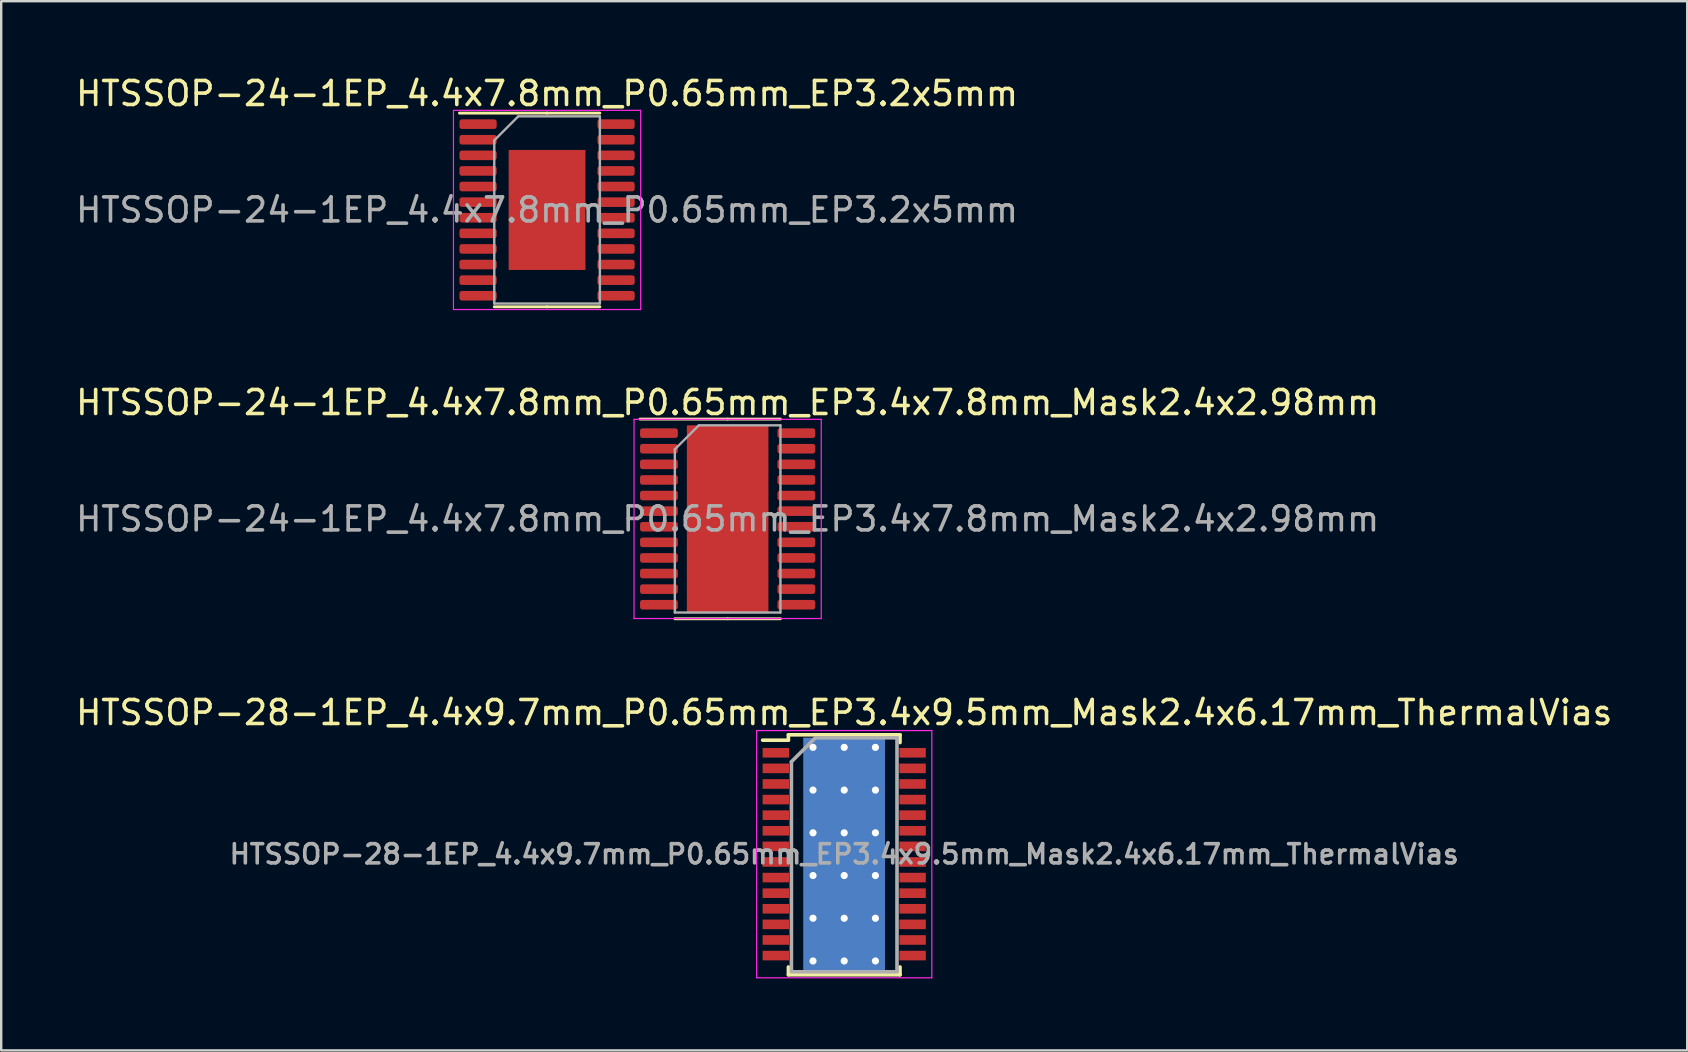
<source format=kicad_pcb>
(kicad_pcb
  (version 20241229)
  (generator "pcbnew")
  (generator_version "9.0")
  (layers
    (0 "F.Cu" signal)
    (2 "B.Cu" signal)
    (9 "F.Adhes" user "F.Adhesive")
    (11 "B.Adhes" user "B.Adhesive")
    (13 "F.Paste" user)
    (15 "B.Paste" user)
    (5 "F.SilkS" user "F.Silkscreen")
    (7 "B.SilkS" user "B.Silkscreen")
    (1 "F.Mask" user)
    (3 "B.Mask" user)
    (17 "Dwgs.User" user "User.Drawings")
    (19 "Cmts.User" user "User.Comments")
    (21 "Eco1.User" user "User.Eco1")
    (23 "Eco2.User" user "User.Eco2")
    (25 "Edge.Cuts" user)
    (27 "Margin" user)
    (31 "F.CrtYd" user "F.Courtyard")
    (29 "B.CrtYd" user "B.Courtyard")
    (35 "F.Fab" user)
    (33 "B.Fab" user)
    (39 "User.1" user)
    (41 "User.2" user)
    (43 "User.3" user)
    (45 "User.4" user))
  (footprint "HTSSOP-24-1EP_4.4x7.8mm_P0.65mm_EP3.4x7.8mm_Mask2.4x2.98mm"
    (layer "F.Cu")
    (at 27.268 18.572)
    (property "Reference" "HTSSOP-24-1EP_4.4x7.8mm_P0.65mm_EP3.4x7.8mm_Mask2.4x2.98mm" (at 0 -4.85 0) (layer "F.SilkS") (effects (font (size 1 1) (thickness 0.15))))
    (attr smd)
    (fp_line (start 0 -4.16) (end -3.65 -4.16) (stroke (width 0.12) (type solid)) (layer "F.SilkS"))
    (fp_line (start 0 -4.16) (end 2.2 -4.16) (stroke (width 0.12) (type solid)) (layer "F.SilkS"))
    (fp_line (start 0 4.16) (end -2.2 4.16) (stroke (width 0.12) (type solid)) (layer "F.SilkS"))
    (fp_line (start 0 4.16) (end 2.2 4.16) (stroke (width 0.12) (type solid)) (layer "F.SilkS"))
    (fp_line (start -3.9 -4.15) (end -3.9 4.15) (stroke (width 0.05) (type solid)) (layer "F.CrtYd"))
    (fp_line (start -3.9 4.15) (end 3.9 4.15) (stroke (width 0.05) (type solid)) (layer "F.CrtYd"))
    (fp_line (start 3.9 -4.15) (end -3.9 -4.15) (stroke (width 0.05) (type solid)) (layer "F.CrtYd"))
    (fp_line (start 3.9 4.15) (end 3.9 -4.15) (stroke (width 0.05) (type solid)) (layer "F.CrtYd"))
    (fp_line (start -2.2 -2.9) (end -1.2 -3.9) (stroke (width 0.1) (type solid)) (layer "F.Fab"))
    (fp_line (start -2.2 3.9) (end -2.2 -2.9) (stroke (width 0.1) (type solid)) (layer "F.Fab"))
    (fp_line (start -1.2 -3.9) (end 2.2 -3.9) (stroke (width 0.1) (type solid)) (layer "F.Fab"))
    (fp_line (start 2.2 -3.9) (end 2.2 3.9) (stroke (width 0.1) (type solid)) (layer "F.Fab"))
    (fp_line (start 2.2 3.9) (end -2.2 3.9) (stroke (width 0.1) (type solid)) (layer "F.Fab"))
    (fp_text user "${REFERENCE}" (at 0 0 0) (layer "F.Fab") (effects (font (size 1 1) (thickness 0.15))))
    (pad "" smd roundrect (at 0 0) (size 1.93 2.4) (layers "F.Paste") (roundrect_rratio 0.13))
    (pad "" smd rect (at 0 0) (size 2.4 2.98) (layers "F.Mask"))
    (pad "1" smd roundrect (at -2.862 -3.575) (size 1.575 0.4) (layers "F.Cu" "F.Mask" "F.Paste") (roundrect_rratio 0.25))
    (pad "2" smd roundrect (at -2.862 -2.925) (size 1.575 0.4) (layers "F.Cu" "F.Mask" "F.Paste") (roundrect_rratio 0.25))
    (pad "3" smd roundrect (at -2.862 -2.275) (size 1.575 0.4) (layers "F.Cu" "F.Mask" "F.Paste") (roundrect_rratio 0.25))
    (pad "4" smd roundrect (at -2.862 -1.625) (size 1.575 0.4) (layers "F.Cu" "F.Mask" "F.Paste") (roundrect_rratio 0.25))
    (pad "5" smd roundrect (at -2.862 -0.975) (size 1.575 0.4) (layers "F.Cu" "F.Mask" "F.Paste") (roundrect_rratio 0.25))
    (pad "6" smd roundrect (at -2.862 -0.325) (size 1.575 0.4) (layers "F.Cu" "F.Mask" "F.Paste") (roundrect_rratio 0.25))
    (pad "7" smd roundrect (at -2.862 0.325) (size 1.575 0.4) (layers "F.Cu" "F.Mask" "F.Paste") (roundrect_rratio 0.25))
    (pad "8" smd roundrect (at -2.862 0.975) (size 1.575 0.4) (layers "F.Cu" "F.Mask" "F.Paste") (roundrect_rratio 0.25))
    (pad "9" smd roundrect (at -2.862 1.625) (size 1.575 0.4) (layers "F.Cu" "F.Mask" "F.Paste") (roundrect_rratio 0.25))
    (pad "10" smd roundrect (at -2.862 2.275) (size 1.575 0.4) (layers "F.Cu" "F.Mask" "F.Paste") (roundrect_rratio 0.25))
    (pad "11" smd roundrect (at -2.862 2.925) (size 1.575 0.4) (layers "F.Cu" "F.Mask" "F.Paste") (roundrect_rratio 0.25))
    (pad "12" smd roundrect (at -2.862 3.575) (size 1.575 0.4) (layers "F.Cu" "F.Mask" "F.Paste") (roundrect_rratio 0.25))
    (pad "13" smd roundrect (at 2.862 3.575) (size 1.575 0.4) (layers "F.Cu" "F.Mask" "F.Paste") (roundrect_rratio 0.25))
    (pad "14" smd roundrect (at 2.862 2.925) (size 1.575 0.4) (layers "F.Cu" "F.Mask" "F.Paste") (roundrect_rratio 0.25))
    (pad "15" smd roundrect (at 2.862 2.275) (size 1.575 0.4) (layers "F.Cu" "F.Mask" "F.Paste") (roundrect_rratio 0.25))
    (pad "16" smd roundrect (at 2.862 1.625) (size 1.575 0.4) (layers "F.Cu" "F.Mask" "F.Paste") (roundrect_rratio 0.25))
    (pad "17" smd roundrect (at 2.862 0.975) (size 1.575 0.4) (layers "F.Cu" "F.Mask" "F.Paste") (roundrect_rratio 0.25))
    (pad "18" smd roundrect (at 2.862 0.325) (size 1.575 0.4) (layers "F.Cu" "F.Mask" "F.Paste") (roundrect_rratio 0.25))
    (pad "19" smd roundrect (at 2.862 -0.325) (size 1.575 0.4) (layers "F.Cu" "F.Mask" "F.Paste") (roundrect_rratio 0.25))
    (pad "20" smd roundrect (at 2.862 -0.975) (size 1.575 0.4) (layers "F.Cu" "F.Mask" "F.Paste") (roundrect_rratio 0.25))
    (pad "21" smd roundrect (at 2.862 -1.625) (size 1.575 0.4) (layers "F.Cu" "F.Mask" "F.Paste") (roundrect_rratio 0.25))
    (pad "22" smd roundrect (at 2.862 -2.275) (size 1.575 0.4) (layers "F.Cu" "F.Mask" "F.Paste") (roundrect_rratio 0.25))
    (pad "23" smd roundrect (at 2.862 -2.925) (size 1.575 0.4) (layers "F.Cu" "F.Mask" "F.Paste") (roundrect_rratio 0.25))
    (pad "24" smd roundrect (at 2.862 -3.575) (size 1.575 0.4) (layers "F.Cu" "F.Mask" "F.Paste") (roundrect_rratio 0.25))
    (pad "25" smd rect (at 0 0) (size 3.4 7.8) (layers "F.Cu")))
  (footprint "HTSSOP-28-1EP_4.4x9.7mm_P0.65mm_EP3.4x9.5mm_Mask2.4x6.17mm_ThermalVias"
    (layer "F.Cu")
    (at 32.125 32.54)
    (property "Reference" "HTSSOP-28-1EP_4.4x9.7mm_P0.65mm_EP3.4x9.5mm_Mask2.4x6.17mm_ThermalVias" (at 0 -5.9 0) (layer "F.SilkS") (effects (font (size 1 1) (thickness 0.15))))
    (attr smd)
    (fp_line (start -2.325 -4.975) (end -2.325 -4.75) (stroke (width 0.15) (type solid)) (layer "F.SilkS"))
    (fp_line (start -2.325 -4.975) (end 2.325 -4.975) (stroke (width 0.15) (type solid)) (layer "F.SilkS"))
    (fp_line (start -2.325 -4.75) (end -3.4 -4.75) (stroke (width 0.15) (type solid)) (layer "F.SilkS"))
    (fp_line (start -2.325 5.026) (end -2.325 4.701) (stroke (width 0.15) (type solid)) (layer "F.SilkS"))
    (fp_line (start -2.325 5.026) (end 2.325 5.026) (stroke (width 0.15) (type solid)) (layer "F.SilkS"))
    (fp_line (start 2.325 -4.975) (end 2.325 -4.65) (stroke (width 0.15) (type solid)) (layer "F.SilkS"))
    (fp_line (start 2.325 5.026) (end 2.325 4.701) (stroke (width 0.15) (type solid)) (layer "F.SilkS"))
    (fp_line (start -3.65 -5.15) (end -3.65 5.15) (stroke (width 0.05) (type solid)) (layer "F.CrtYd"))
    (fp_line (start -3.65 -5.15) (end 3.65 -5.15) (stroke (width 0.05) (type solid)) (layer "F.CrtYd"))
    (fp_line (start -3.65 5.15) (end 3.65 5.15) (stroke (width 0.05) (type solid)) (layer "F.CrtYd"))
    (fp_line (start 3.65 -5.15) (end 3.65 5.15) (stroke (width 0.05) (type solid)) (layer "F.CrtYd"))
    (fp_line (start -2.2 -3.85) (end -1.2 -4.85) (stroke (width 0.15) (type solid)) (layer "F.Fab"))
    (fp_line (start -2.2 4.85) (end -2.2 -3.85) (stroke (width 0.15) (type solid)) (layer "F.Fab"))
    (fp_line (start -1.2 -4.85) (end 2.2 -4.85) (stroke (width 0.15) (type solid)) (layer "F.Fab"))
    (fp_line (start 2.2 -4.85) (end 2.2 4.85) (stroke (width 0.15) (type solid)) (layer "F.Fab"))
    (fp_line (start 2.2 4.901) (end -2.2 4.901) (stroke (width 0.15) (type solid)) (layer "F.Fab"))
    (fp_text user "${REFERENCE}" (at 0 0 0) (layer "F.Fab") (effects (font (size 0.8 0.8) (thickness 0.15))))
    (pad "" smd rect (at -0.6 -1.78) (size 0.9 1.4) (layers "F.Paste"))
    (pad "" smd rect (at -0.6 0) (size 0.9 1.4) (layers "F.Paste"))
    (pad "" smd rect (at -0.6 1.78) (size 0.9 1.4) (layers "F.Paste"))
    (pad "" smd rect (at 0 0) (size 2.4 6.17) (layers "F.Mask"))
    (pad "" smd rect (at 0.6 -1.78) (size 0.9 1.4) (layers "F.Paste"))
    (pad "" smd rect (at 0.6 0) (size 0.9 1.4) (layers "F.Paste"))
    (pad "" smd rect (at 0.6 1.78) (size 0.9 1.4) (layers "F.Paste"))
    (pad "1" smd rect (at -2.85 -4.225) (size 1.1 0.4) (layers "F.Cu" "F.Mask" "F.Paste"))
    (pad "2" smd rect (at -2.85 -3.575) (size 1.1 0.4) (layers "F.Cu" "F.Mask" "F.Paste"))
    (pad "3" smd rect (at -2.85 -2.925) (size 1.1 0.4) (layers "F.Cu" "F.Mask" "F.Paste"))
    (pad "4" smd rect (at -2.85 -2.275) (size 1.1 0.4) (layers "F.Cu" "F.Mask" "F.Paste"))
    (pad "5" smd rect (at -2.85 -1.625) (size 1.1 0.4) (layers "F.Cu" "F.Mask" "F.Paste"))
    (pad "6" smd rect (at -2.85 -0.975) (size 1.1 0.4) (layers "F.Cu" "F.Mask" "F.Paste"))
    (pad "7" smd rect (at -2.85 -0.325) (size 1.1 0.4) (layers "F.Cu" "F.Mask" "F.Paste"))
    (pad "8" smd rect (at -2.85 0.325) (size 1.1 0.4) (layers "F.Cu" "F.Mask" "F.Paste"))
    (pad "9" smd rect (at -2.85 0.975) (size 1.1 0.4) (layers "F.Cu" "F.Mask" "F.Paste"))
    (pad "10" smd rect (at -2.85 1.625) (size 1.1 0.4) (layers "F.Cu" "F.Mask" "F.Paste"))
    (pad "11" smd rect (at -2.85 2.275) (size 1.1 0.4) (layers "F.Cu" "F.Mask" "F.Paste"))
    (pad "12" smd rect (at -2.85 2.925) (size 1.1 0.4) (layers "F.Cu" "F.Mask" "F.Paste"))
    (pad "13" smd rect (at -2.85 3.575) (size 1.1 0.4) (layers "F.Cu" "F.Mask" "F.Paste"))
    (pad "14" smd rect (at -2.85 4.225) (size 1.1 0.4) (layers "F.Cu" "F.Mask" "F.Paste"))
    (pad "15" smd rect (at 2.85 4.225) (size 1.1 0.4) (layers "F.Cu" "F.Mask" "F.Paste"))
    (pad "16" smd rect (at 2.85 3.575) (size 1.1 0.4) (layers "F.Cu" "F.Mask" "F.Paste"))
    (pad "17" smd rect (at 2.85 2.925) (size 1.1 0.4) (layers "F.Cu" "F.Mask" "F.Paste"))
    (pad "18" smd rect (at 2.85 2.275) (size 1.1 0.4) (layers "F.Cu" "F.Mask" "F.Paste"))
    (pad "19" smd rect (at 2.85 1.625) (size 1.1 0.4) (layers "F.Cu" "F.Mask" "F.Paste"))
    (pad "20" smd rect (at 2.85 0.975) (size 1.1 0.4) (layers "F.Cu" "F.Mask" "F.Paste"))
    (pad "21" smd rect (at 2.85 0.325) (size 1.1 0.4) (layers "F.Cu" "F.Mask" "F.Paste"))
    (pad "22" smd rect (at 2.85 -0.325) (size 1.1 0.4) (layers "F.Cu" "F.Mask" "F.Paste"))
    (pad "23" smd rect (at 2.85 -0.975) (size 1.1 0.4) (layers "F.Cu" "F.Mask" "F.Paste"))
    (pad "24" smd rect (at 2.85 -1.625) (size 1.1 0.4) (layers "F.Cu" "F.Mask" "F.Paste"))
    (pad "25" smd rect (at 2.85 -2.275) (size 1.1 0.4) (layers "F.Cu" "F.Mask" "F.Paste"))
    (pad "26" smd rect (at 2.85 -2.925) (size 1.1 0.4) (layers "F.Cu" "F.Mask" "F.Paste"))
    (pad "27" smd rect (at 2.85 -3.575) (size 1.1 0.4) (layers "F.Cu" "F.Mask" "F.Paste"))
    (pad "28" smd rect (at 2.85 -4.225) (size 1.1 0.4) (layers "F.Cu" "F.Mask" "F.Paste"))
    (pad "29" thru_hole circle (at -1.3 -4.45) (size 0.6 0.6) (drill 0.3) (layers "*.Cu"))
    (pad "29" thru_hole circle (at -1.3 -2.67) (size 0.6 0.6) (drill 0.3) (layers "*.Cu"))
    (pad "29" thru_hole circle (at -1.3 -0.89) (size 0.6 0.6) (drill 0.3) (layers "*.Cu"))
    (pad "29" thru_hole circle (at -1.3 0.89) (size 0.6 0.6) (drill 0.3) (layers "*.Cu"))
    (pad "29" thru_hole circle (at -1.3 2.67) (size 0.6 0.6) (drill 0.3) (layers "*.Cu"))
    (pad "29" thru_hole circle (at -1.3 4.45) (size 0.6 0.6) (drill 0.3) (layers "*.Cu"))
    (pad "29" thru_hole circle (at 0 -4.45) (size 0.6 0.6) (drill 0.3) (layers "*.Cu"))
    (pad "29" thru_hole circle (at 0 -2.67) (size 0.6 0.6) (drill 0.3) (layers "*.Cu"))
    (pad "29" thru_hole circle (at 0 -0.89) (size 0.6 0.6) (drill 0.3) (layers "*.Cu"))
    (pad "29" smd rect (at 0 0) (size 3.4 9.7) (layers "F.Cu"))
    (pad "29" smd rect (at 0 0) (size 3.4 9.7) (layers "B.Cu"))
    (pad "29" thru_hole circle (at 0 0.89) (size 0.6 0.6) (drill 0.3) (layers "*.Cu"))
    (pad "29" thru_hole circle (at 0 2.67) (size 0.6 0.6) (drill 0.3) (layers "*.Cu"))
    (pad "29" thru_hole circle (at 0 4.45) (size 0.6 0.6) (drill 0.3) (layers "*.Cu"))
    (pad "29" thru_hole circle (at 1.3 -4.45) (size 0.6 0.6) (drill 0.3) (layers "*.Cu"))
    (pad "29" thru_hole circle (at 1.3 -2.67) (size 0.6 0.6) (drill 0.3) (layers "*.Cu"))
    (pad "29" thru_hole circle (at 1.3 -0.89) (size 0.6 0.6) (drill 0.3) (layers "*.Cu"))
    (pad "29" thru_hole circle (at 1.3 0.89) (size 0.6 0.6) (drill 0.3) (layers "*.Cu"))
    (pad "29" thru_hole circle (at 1.3 2.67) (size 0.6 0.6) (drill 0.3) (layers "*.Cu"))
    (pad "29" thru_hole circle (at 1.3 4.45) (size 0.6 0.6) (drill 0.3) (layers "*.Cu")))
  (footprint "HTSSOP-24-1EP_4.4x7.8mm_P0.65mm_EP3.2x5mm"
    (layer "F.Cu")
    (at 19.744 5.698)
    (property "Reference" "HTSSOP-24-1EP_4.4x7.8mm_P0.65mm_EP3.2x5mm" (at 0 -4.85 0) (layer "F.SilkS") (effects (font (size 1 1) (thickness 0.15))))
    (attr smd)
    (fp_line (start 0 -4.035) (end -3.65 -4.035) (stroke (width 0.12) (type solid)) (layer "F.SilkS"))
    (fp_line (start 0 -4.035) (end 2.2 -4.035) (stroke (width 0.12) (type solid)) (layer "F.SilkS"))
    (fp_line (start 0 4.035) (end -2.2 4.035) (stroke (width 0.12) (type solid)) (layer "F.SilkS"))
    (fp_line (start 0 4.035) (end 2.2 4.035) (stroke (width 0.12) (type solid)) (layer "F.SilkS"))
    (fp_line (start -3.9 -4.15) (end -3.9 4.15) (stroke (width 0.05) (type solid)) (layer "F.CrtYd"))
    (fp_line (start -3.9 4.15) (end 3.9 4.15) (stroke (width 0.05) (type solid)) (layer "F.CrtYd"))
    (fp_line (start 3.9 -4.15) (end -3.9 -4.15) (stroke (width 0.05) (type solid)) (layer "F.CrtYd"))
    (fp_line (start 3.9 4.15) (end 3.9 -4.15) (stroke (width 0.05) (type solid)) (layer "F.CrtYd"))
    (fp_line (start -2.2 -2.9) (end -1.2 -3.9) (stroke (width 0.1) (type solid)) (layer "F.Fab"))
    (fp_line (start -2.2 3.9) (end -2.2 -2.9) (stroke (width 0.1) (type solid)) (layer "F.Fab"))
    (fp_line (start -1.2 -3.9) (end 2.2 -3.9) (stroke (width 0.1) (type solid)) (layer "F.Fab"))
    (fp_line (start 2.2 -3.9) (end 2.2 3.9) (stroke (width 0.1) (type solid)) (layer "F.Fab"))
    (fp_line (start 2.2 3.9) (end -2.2 3.9) (stroke (width 0.1) (type solid)) (layer "F.Fab"))
    (fp_text user "${REFERENCE}" (at 0 0 0) (layer "F.Fab") (effects (font (size 1 1) (thickness 0.15))))
    (pad "" smd roundrect (at -0.8 -1.67) (size 1.29 1.34) (layers "F.Paste") (roundrect_rratio 0.194))
    (pad "" smd roundrect (at -0.8 0) (size 1.29 1.34) (layers "F.Paste") (roundrect_rratio 0.194))
    (pad "" smd roundrect (at -0.8 1.67) (size 1.29 1.34) (layers "F.Paste") (roundrect_rratio 0.194))
    (pad "" smd roundrect (at 0.8 -1.67) (size 1.29 1.34) (layers "F.Paste") (roundrect_rratio 0.194))
    (pad "" smd roundrect (at 0.8 0) (size 1.29 1.34) (layers "F.Paste") (roundrect_rratio 0.194))
    (pad "" smd roundrect (at 0.8 1.67) (size 1.29 1.34) (layers "F.Paste") (roundrect_rratio 0.194))
    (pad "1" smd roundrect (at -2.875 -3.575) (size 1.55 0.4) (layers "F.Cu" "F.Mask" "F.Paste") (roundrect_rratio 0.25))
    (pad "2" smd roundrect (at -2.875 -2.925) (size 1.55 0.4) (layers "F.Cu" "F.Mask" "F.Paste") (roundrect_rratio 0.25))
    (pad "3" smd roundrect (at -2.875 -2.275) (size 1.55 0.4) (layers "F.Cu" "F.Mask" "F.Paste") (roundrect_rratio 0.25))
    (pad "4" smd roundrect (at -2.875 -1.625) (size 1.55 0.4) (layers "F.Cu" "F.Mask" "F.Paste") (roundrect_rratio 0.25))
    (pad "5" smd roundrect (at -2.875 -0.975) (size 1.55 0.4) (layers "F.Cu" "F.Mask" "F.Paste") (roundrect_rratio 0.25))
    (pad "6" smd roundrect (at -2.875 -0.325) (size 1.55 0.4) (layers "F.Cu" "F.Mask" "F.Paste") (roundrect_rratio 0.25))
    (pad "7" smd roundrect (at -2.875 0.325) (size 1.55 0.4) (layers "F.Cu" "F.Mask" "F.Paste") (roundrect_rratio 0.25))
    (pad "8" smd roundrect (at -2.875 0.975) (size 1.55 0.4) (layers "F.Cu" "F.Mask" "F.Paste") (roundrect_rratio 0.25))
    (pad "9" smd roundrect (at -2.875 1.625) (size 1.55 0.4) (layers "F.Cu" "F.Mask" "F.Paste") (roundrect_rratio 0.25))
    (pad "10" smd roundrect (at -2.875 2.275) (size 1.55 0.4) (layers "F.Cu" "F.Mask" "F.Paste") (roundrect_rratio 0.25))
    (pad "11" smd roundrect (at -2.875 2.925) (size 1.55 0.4) (layers "F.Cu" "F.Mask" "F.Paste") (roundrect_rratio 0.25))
    (pad "12" smd roundrect (at -2.875 3.575) (size 1.55 0.4) (layers "F.Cu" "F.Mask" "F.Paste") (roundrect_rratio 0.25))
    (pad "13" smd roundrect (at 2.875 3.575) (size 1.55 0.4) (layers "F.Cu" "F.Mask" "F.Paste") (roundrect_rratio 0.25))
    (pad "14" smd roundrect (at 2.875 2.925) (size 1.55 0.4) (layers "F.Cu" "F.Mask" "F.Paste") (roundrect_rratio 0.25))
    (pad "15" smd roundrect (at 2.875 2.275) (size 1.55 0.4) (layers "F.Cu" "F.Mask" "F.Paste") (roundrect_rratio 0.25))
    (pad "16" smd roundrect (at 2.875 1.625) (size 1.55 0.4) (layers "F.Cu" "F.Mask" "F.Paste") (roundrect_rratio 0.25))
    (pad "17" smd roundrect (at 2.875 0.975) (size 1.55 0.4) (layers "F.Cu" "F.Mask" "F.Paste") (roundrect_rratio 0.25))
    (pad "18" smd roundrect (at 2.875 0.325) (size 1.55 0.4) (layers "F.Cu" "F.Mask" "F.Paste") (roundrect_rratio 0.25))
    (pad "19" smd roundrect (at 2.875 -0.325) (size 1.55 0.4) (layers "F.Cu" "F.Mask" "F.Paste") (roundrect_rratio 0.25))
    (pad "20" smd roundrect (at 2.875 -0.975) (size 1.55 0.4) (layers "F.Cu" "F.Mask" "F.Paste") (roundrect_rratio 0.25))
    (pad "21" smd roundrect (at 2.875 -1.625) (size 1.55 0.4) (layers "F.Cu" "F.Mask" "F.Paste") (roundrect_rratio 0.25))
    (pad "22" smd roundrect (at 2.875 -2.275) (size 1.55 0.4) (layers "F.Cu" "F.Mask" "F.Paste") (roundrect_rratio 0.25))
    (pad "23" smd roundrect (at 2.875 -2.925) (size 1.55 0.4) (layers "F.Cu" "F.Mask" "F.Paste") (roundrect_rratio 0.25))
    (pad "24" smd roundrect (at 2.875 -3.575) (size 1.55 0.4) (layers "F.Cu" "F.Mask" "F.Paste") (roundrect_rratio 0.25))
    (pad "25" smd rect (at 0 0) (size 3.2 5) (layers "F.Cu" "F.Mask")))
  (gr_rect
    (start -3 -3)
    (end 67.25 40.715)
    (stroke (width 0.1) (type default))
    (fill no)
    (layer "Edge.Cuts")))
</source>
